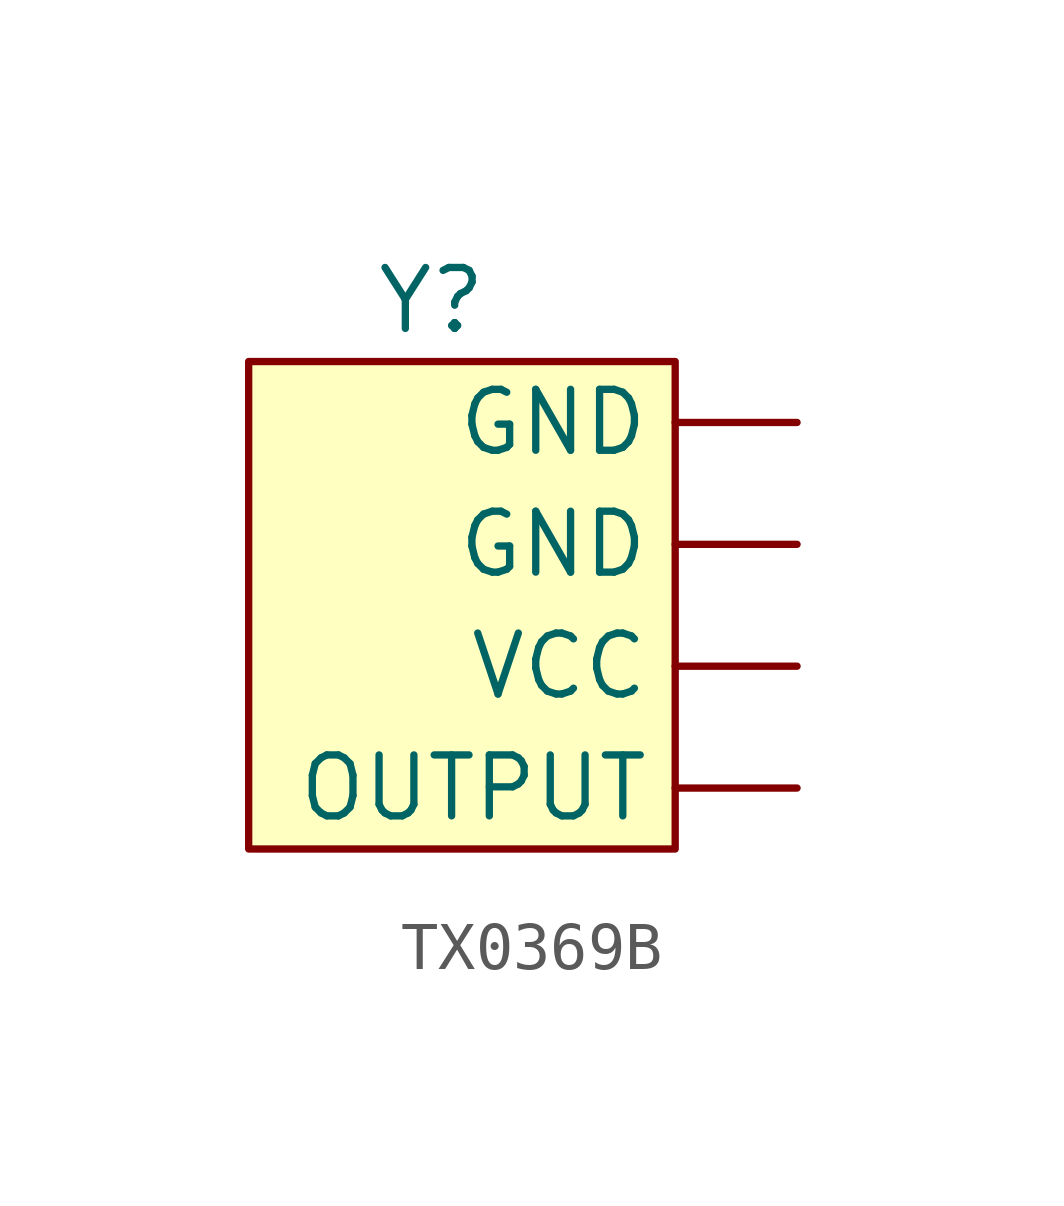
<source format=kicad_sym>
(kicad_symbol_lib
  (version 20220914)
  (generator kicad_symbol_editor)
  (symbol "TX0369B"
    (property "Reference" "Y"
      (at 0 0 0)
      (effects (font (size 1.27 1.27))))
    (property "Value" ""
      (at 0 0 0)
      (effects (font (size 1.27 1.27))))
    (symbol "TX0369B_1_1"
      (rectangle (start -3.81 -1.27) (end 5.08 -11.43) (stroke (width 0) (type default)) (fill (type background)))
      (pin input line (at 7.62 -5.08 180) (length 2.54) (name "GND" (effects (font (size 1.27 1.27)))) (number "" (effects (font (size 1.27 1.27)))))
      (pin input line (at 7.62 -2.54 180) (length 2.54) (name "GND" (effects (font (size 1.27 1.27)))) (number "" (effects (font (size 1.27 1.27)))))
      (pin output line (at 7.62 -10.16 180) (length 2.54) (name "OUTPUT" (effects (font (size 1.27 1.27)))) (number "" (effects (font (size 1.27 1.27)))))
      (pin power_in line (at 7.62 -7.62 180) (length 2.54) (name "VCC" (effects (font (size 1.27 1.27)))) (number "" (effects (font (size 1.27 1.27))))))))
</source>
